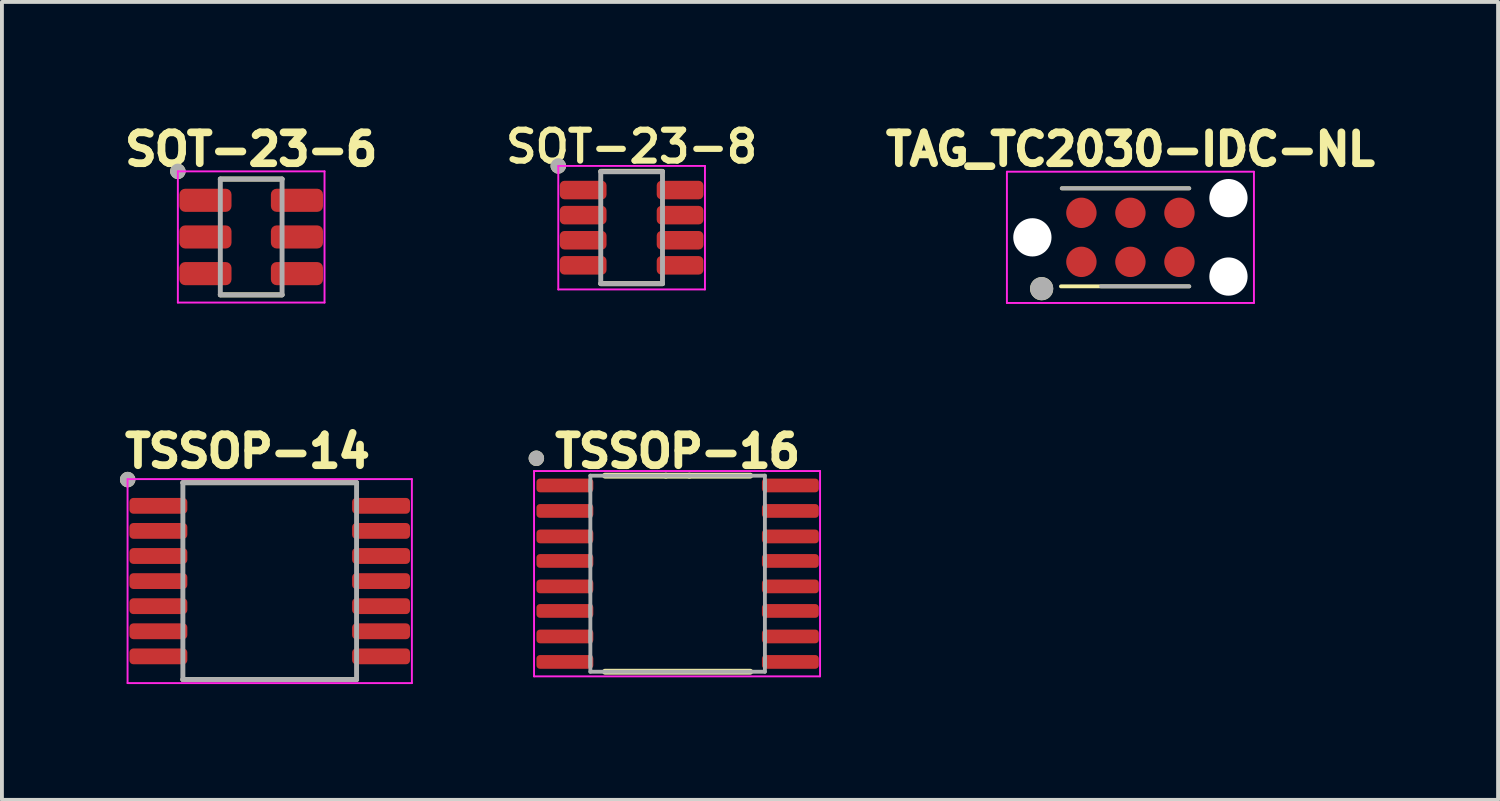
<source format=kicad_pcb>
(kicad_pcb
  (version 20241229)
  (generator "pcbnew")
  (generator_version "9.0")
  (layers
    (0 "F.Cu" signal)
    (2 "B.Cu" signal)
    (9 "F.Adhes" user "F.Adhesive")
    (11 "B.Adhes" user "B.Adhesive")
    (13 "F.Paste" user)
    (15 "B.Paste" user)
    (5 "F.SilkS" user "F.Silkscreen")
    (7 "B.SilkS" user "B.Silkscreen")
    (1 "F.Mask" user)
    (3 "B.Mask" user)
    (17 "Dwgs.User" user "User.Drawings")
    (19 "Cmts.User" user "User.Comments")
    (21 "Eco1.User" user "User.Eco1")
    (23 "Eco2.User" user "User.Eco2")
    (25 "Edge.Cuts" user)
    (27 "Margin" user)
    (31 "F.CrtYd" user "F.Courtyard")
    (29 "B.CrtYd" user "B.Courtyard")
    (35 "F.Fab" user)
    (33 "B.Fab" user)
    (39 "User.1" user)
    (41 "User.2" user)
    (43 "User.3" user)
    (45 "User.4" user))
  (footprint "TSSOP-16"
    (layer "F.Cu")
    (at 14.506 11.813)
    (property "Reference" "TSSOP-16" (at 0 -3.17 0) (layer "F.SilkS") (effects (font (size 0.8 0.8) (thickness 0.2) (bold yes))))
    (attr smd)
    (fp_line (start -1.88 2.54) (end 1.88 2.54) (stroke (width 0.152) (type solid)) (layer "F.SilkS"))
    (fp_line (start -0.305 -2.54) (end -1.88 -2.54) (stroke (width 0.152) (type solid)) (layer "F.SilkS"))
    (fp_line (start 0.305 -2.54) (end -0.305 -2.54) (stroke (width 0.152) (type solid)) (layer "F.SilkS"))
    (fp_line (start 1.88 -2.54) (end 0.305 -2.54) (stroke (width 0.152) (type solid)) (layer "F.SilkS"))
    (fp_circle (center -3.66 -2.99) (end -3.56 -2.99) (stroke (width 0.2) (type solid)) (fill no) (layer "F.SilkS"))
    (fp_line (start -3.72 -2.66) (end -3.72 2.66) (stroke (width 0.05) (type solid)) (layer "F.CrtYd"))
    (fp_line (start -3.72 -2.66) (end 3.69 -2.66) (stroke (width 0.05) (type solid)) (layer "F.CrtYd"))
    (fp_line (start 3.69 2.66) (end -3.72 2.66) (stroke (width 0.05) (type solid)) (layer "F.CrtYd"))
    (fp_line (start 3.69 2.66) (end 3.69 -2.66) (stroke (width 0.05) (type solid)) (layer "F.CrtYd"))
    (fp_line (start -2.261 -2.54) (end -2.261 2.54) (stroke (width 0.1) (type solid)) (layer "F.Fab"))
    (fp_line (start -2.261 -2.134) (end -2.261 -2.413) (stroke (width 0.1) (type solid)) (layer "F.Fab"))
    (fp_line (start -2.261 -1.473) (end -2.261 -1.778) (stroke (width 0.1) (type solid)) (layer "F.Fab"))
    (fp_line (start -2.261 -0.813) (end -2.261 -1.118) (stroke (width 0.1) (type solid)) (layer "F.Fab"))
    (fp_line (start -2.261 -0.178) (end -2.261 -0.483) (stroke (width 0.1) (type solid)) (layer "F.Fab"))
    (fp_line (start -2.261 0.483) (end -2.261 0.178) (stroke (width 0.1) (type solid)) (layer "F.Fab"))
    (fp_line (start -2.261 1.118) (end -2.261 0.813) (stroke (width 0.1) (type solid)) (layer "F.Fab"))
    (fp_line (start -2.261 1.778) (end -2.261 1.473) (stroke (width 0.1) (type solid)) (layer "F.Fab"))
    (fp_line (start -2.261 2.413) (end -2.261 2.134) (stroke (width 0.1) (type solid)) (layer "F.Fab"))
    (fp_line (start -2.261 2.54) (end 2.261 2.54) (stroke (width 0.1) (type solid)) (layer "F.Fab"))
    (fp_line (start -0.305 -2.54) (end -2.261 -2.54) (stroke (width 0.1) (type solid)) (layer "F.Fab"))
    (fp_line (start 0.305 -2.54) (end -0.305 -2.54) (stroke (width 0.1) (type solid)) (layer "F.Fab"))
    (fp_line (start 2.261 -2.54) (end 0.305 -2.54) (stroke (width 0.1) (type solid)) (layer "F.Fab"))
    (fp_line (start 2.261 -2.413) (end 2.261 -2.134) (stroke (width 0.1) (type solid)) (layer "F.Fab"))
    (fp_line (start 2.261 -1.778) (end 2.261 -1.473) (stroke (width 0.1) (type solid)) (layer "F.Fab"))
    (fp_line (start 2.261 -1.118) (end 2.261 -0.813) (stroke (width 0.1) (type solid)) (layer "F.Fab"))
    (fp_line (start 2.261 -0.483) (end 2.261 -0.178) (stroke (width 0.1) (type solid)) (layer "F.Fab"))
    (fp_line (start 2.261 0.178) (end 2.261 0.483) (stroke (width 0.1) (type solid)) (layer "F.Fab"))
    (fp_line (start 2.261 0.813) (end 2.261 1.118) (stroke (width 0.1) (type solid)) (layer "F.Fab"))
    (fp_line (start 2.261 1.473) (end 2.261 1.778) (stroke (width 0.1) (type solid)) (layer "F.Fab"))
    (fp_line (start 2.261 2.134) (end 2.261 2.413) (stroke (width 0.1) (type solid)) (layer "F.Fab"))
    (fp_line (start 2.261 2.54) (end 2.261 -2.54) (stroke (width 0.1) (type solid)) (layer "F.Fab"))
    (fp_circle (center -3.66 -2.99) (end -3.56 -2.99) (stroke (width 0.2) (type solid)) (fill no) (layer "F.Fab"))
    (pad "1" smd roundrect (at -2.921 -2.286) (size 1.473 0.356) (layers "F.Cu" "F.Mask" "F.Paste") (roundrect_rratio 0.25))
    (pad "2" smd roundrect (at -2.921 -1.626) (size 1.473 0.356) (layers "F.Cu" "F.Mask" "F.Paste") (roundrect_rratio 0.25))
    (pad "3" smd roundrect (at -2.921 -0.965) (size 1.473 0.356) (layers "F.Cu" "F.Mask" "F.Paste") (roundrect_rratio 0.25))
    (pad "4" smd roundrect (at -2.921 -0.33) (size 1.473 0.356) (layers "F.Cu" "F.Mask" "F.Paste") (roundrect_rratio 0.25))
    (pad "5" smd roundrect (at -2.921 0.33) (size 1.473 0.356) (layers "F.Cu" "F.Mask" "F.Paste") (roundrect_rratio 0.25))
    (pad "6" smd roundrect (at -2.921 0.965) (size 1.473 0.356) (layers "F.Cu" "F.Mask" "F.Paste") (roundrect_rratio 0.25))
    (pad "7" smd roundrect (at -2.921 1.626) (size 1.473 0.356) (layers "F.Cu" "F.Mask" "F.Paste") (roundrect_rratio 0.25))
    (pad "8" smd roundrect (at -2.921 2.286) (size 1.473 0.356) (layers "F.Cu" "F.Mask" "F.Paste") (roundrect_rratio 0.25))
    (pad "9" smd roundrect (at 2.921 2.286) (size 1.473 0.356) (layers "F.Cu" "F.Mask" "F.Paste") (roundrect_rratio 0.25))
    (pad "10" smd roundrect (at 2.921 1.626) (size 1.473 0.356) (layers "F.Cu" "F.Mask" "F.Paste") (roundrect_rratio 0.25))
    (pad "11" smd roundrect (at 2.921 0.965) (size 1.473 0.356) (layers "F.Cu" "F.Mask" "F.Paste") (roundrect_rratio 0.25))
    (pad "12" smd roundrect (at 2.921 0.33) (size 1.473 0.356) (layers "F.Cu" "F.Mask" "F.Paste") (roundrect_rratio 0.25))
    (pad "13" smd roundrect (at 2.921 -0.33) (size 1.473 0.356) (layers "F.Cu" "F.Mask" "F.Paste") (roundrect_rratio 0.25))
    (pad "14" smd roundrect (at 2.921 -0.965) (size 1.473 0.356) (layers "F.Cu" "F.Mask" "F.Paste") (roundrect_rratio 0.25))
    (pad "15" smd roundrect (at 2.921 -1.626) (size 1.473 0.356) (layers "F.Cu" "F.Mask" "F.Paste") (roundrect_rratio 0.25))
    (pad "16" smd roundrect (at 2.921 -2.286) (size 1.473 0.356) (layers "F.Cu" "F.Mask" "F.Paste") (roundrect_rratio 0.25)))
  (footprint "TSSOP-14"
    (layer "F.Cu")
    (at 3.938 12.005)
    (property "Reference" "TSSOP-14" (at -0.575 -3.362 0) (layer "F.SilkS") (effects (font (size 0.8 0.8) (thickness 0.2) (bold yes))))
    (attr smd)
    (fp_line (start -2.25 -2.55) (end 2.25 -2.55) (stroke (width 0.127) (type solid)) (layer "F.SilkS"))
    (fp_line (start -2.25 2.55) (end 2.25 2.55) (stroke (width 0.127) (type solid)) (layer "F.SilkS"))
    (fp_circle (center -3.68 -2.63) (end -3.58 -2.63) (stroke (width 0.2) (type solid)) (fill no) (layer "F.SilkS"))
    (fp_line (start -3.683 -2.642) (end -3.683 2.642) (stroke (width 0.05) (type solid)) (layer "F.CrtYd"))
    (fp_line (start -3.683 -2.642) (end 3.683 -2.642) (stroke (width 0.05) (type solid)) (layer "F.CrtYd"))
    (fp_line (start -3.683 2.642) (end 3.683 2.642) (stroke (width 0.05) (type solid)) (layer "F.CrtYd"))
    (fp_line (start 3.683 -2.642) (end 3.683 2.642) (stroke (width 0.05) (type solid)) (layer "F.CrtYd"))
    (fp_line (start -2.25 -2.55) (end -2.25 2.55) (stroke (width 0.127) (type solid)) (layer "F.Fab"))
    (fp_line (start -2.25 -2.55) (end 2.25 -2.55) (stroke (width 0.127) (type solid)) (layer "F.Fab"))
    (fp_line (start -2.25 2.55) (end 2.25 2.55) (stroke (width 0.127) (type solid)) (layer "F.Fab"))
    (fp_line (start 2.25 -2.55) (end 2.25 2.55) (stroke (width 0.127) (type solid)) (layer "F.Fab"))
    (fp_circle (center -3.68 -2.63) (end -3.58 -2.63) (stroke (width 0.2) (type solid)) (fill no) (layer "F.Fab"))
    (pad "1" smd roundrect (at -2.885 -1.95) (size 1.5 0.41) (layers "F.Cu" "F.Mask" "F.Paste") (roundrect_rratio 0.25))
    (pad "2" smd roundrect (at -2.885 -1.3) (size 1.5 0.41) (layers "F.Cu" "F.Mask" "F.Paste") (roundrect_rratio 0.25))
    (pad "3" smd roundrect (at -2.885 -0.65) (size 1.5 0.41) (layers "F.Cu" "F.Mask" "F.Paste") (roundrect_rratio 0.25))
    (pad "4" smd roundrect (at -2.885 0) (size 1.5 0.41) (layers "F.Cu" "F.Mask" "F.Paste") (roundrect_rratio 0.25))
    (pad "5" smd roundrect (at -2.885 0.65) (size 1.5 0.41) (layers "F.Cu" "F.Mask" "F.Paste") (roundrect_rratio 0.25))
    (pad "6" smd roundrect (at -2.885 1.3) (size 1.5 0.41) (layers "F.Cu" "F.Mask" "F.Paste") (roundrect_rratio 0.25))
    (pad "7" smd roundrect (at -2.885 1.95) (size 1.5 0.41) (layers "F.Cu" "F.Mask" "F.Paste") (roundrect_rratio 0.25))
    (pad "8" smd roundrect (at 2.885 1.95) (size 1.5 0.41) (layers "F.Cu" "F.Mask" "F.Paste") (roundrect_rratio 0.25))
    (pad "9" smd roundrect (at 2.885 1.3) (size 1.5 0.41) (layers "F.Cu" "F.Mask" "F.Paste") (roundrect_rratio 0.25))
    (pad "10" smd roundrect (at 2.885 0.65) (size 1.5 0.41) (layers "F.Cu" "F.Mask" "F.Paste") (roundrect_rratio 0.25))
    (pad "11" smd roundrect (at 2.885 0) (size 1.5 0.41) (layers "F.Cu" "F.Mask" "F.Paste") (roundrect_rratio 0.25))
    (pad "12" smd roundrect (at 2.885 -0.65) (size 1.5 0.41) (layers "F.Cu" "F.Mask" "F.Paste") (roundrect_rratio 0.25))
    (pad "13" smd roundrect (at 2.885 -1.3) (size 1.5 0.41) (layers "F.Cu" "F.Mask" "F.Paste") (roundrect_rratio 0.25))
    (pad "14" smd roundrect (at 2.885 -1.95) (size 1.5 0.41) (layers "F.Cu" "F.Mask" "F.Paste") (roundrect_rratio 0.25)))
  (footprint "TAG_TC2030-IDC-NL"
    (layer "F.Cu")
    (at 26.237 3.099)
    (property "Reference" "TAG_TC2030-IDC-NL" (at 0 -2.28 0) (layer "F.SilkS") (effects (font (size 0.8 0.8) (thickness 0.2) (bold yes))))
    (attr smd)
    (fp_line (start -1.8 1.27) (end 1.524 1.27) (stroke (width 0.1) (type solid)) (layer "F.SilkS"))
    (fp_line (start -1.778 -1.27) (end 1.524 -1.27) (stroke (width 0.1) (type solid)) (layer "F.SilkS"))
    (fp_circle (center -2.3 1.33) (end -2.15 1.33) (stroke (width 0.3) (type solid)) (fill no) (layer "F.SilkS"))
    (fp_line (start -3.2 -1.7) (end 3.2 -1.7) (stroke (width 0.05) (type solid)) (layer "F.CrtYd"))
    (fp_line (start -3.2 1.7) (end -3.2 -1.7) (stroke (width 0.05) (type solid)) (layer "F.CrtYd"))
    (fp_line (start 3.2 -1.7) (end 3.2 1.7) (stroke (width 0.05) (type solid)) (layer "F.CrtYd"))
    (fp_line (start 3.2 1.7) (end -3.2 1.7) (stroke (width 0.05) (type solid)) (layer "F.CrtYd"))
    (fp_line (start -1.778 -1.27) (end 1.524 -1.27) (stroke (width 0.1) (type solid)) (layer "F.Fab"))
    (fp_line (start -0.762 1.27) (end 1.524 1.27) (stroke (width 0.1) (type solid)) (layer "F.Fab"))
    (fp_circle (center -2.3 1.33) (end -2.15 1.33) (stroke (width 0.3) (type solid)) (fill no) (layer "F.Fab"))
    (pad "" np_thru_hole circle (at -2.54 0) (size 0.991 0.991) (drill 0.991) (layers "*.Cu" "*.Mask"))
    (pad "" np_thru_hole circle (at 2.54 -1.016) (size 0.991 0.991) (drill 0.991) (layers "*.Cu" "*.Mask"))
    (pad "" np_thru_hole circle (at 2.54 1.016) (size 0.991 0.991) (drill 0.991) (layers "*.Cu" "*.Mask"))
    (pad "1" smd circle (at -1.27 0.635) (size 0.787 0.787) (layers "F.Cu" "F.Mask"))
    (pad "2" smd circle (at -1.27 -0.635) (size 0.787 0.787) (layers "F.Cu" "F.Mask"))
    (pad "3" smd circle (at 0 0.635) (size 0.787 0.787) (layers "F.Cu" "F.Mask"))
    (pad "4" smd circle (at 0 -0.635) (size 0.787 0.787) (layers "F.Cu" "F.Mask"))
    (pad "5" smd circle (at 1.27 0.635) (size 0.787 0.787) (layers "F.Cu" "F.Mask"))
    (pad "6" smd circle (at 1.27 -0.635) (size 0.787 0.787) (layers "F.Cu" "F.Mask")))
  (footprint "SOT-23-6"
    (layer "F.Cu")
    (at 3.458 3.089)
    (property "Reference" "SOT-23-6" (at 0 -2.27 0) (layer "F.SilkS") (effects (font (size 0.8 0.8) (thickness 0.2) (bold yes))))
    (attr smd)
    (fp_line (start -0.8 -1.5) (end 0.8 -1.5) (stroke (width 0.127) (type solid)) (layer "F.SilkS"))
    (fp_line (start -0.8 1.5) (end 0.8 1.5) (stroke (width 0.127) (type solid)) (layer "F.SilkS"))
    (fp_circle (center -1.9 -1.7) (end -1.8 -1.7) (stroke (width 0.2) (type solid)) (fill no) (layer "F.SilkS"))
    (fp_line (start -1.9 -1.7) (end 1.9 -1.7) (stroke (width 0.05) (type solid)) (layer "F.CrtYd"))
    (fp_line (start -1.9 1.7) (end -1.9 -1.7) (stroke (width 0.05) (type solid)) (layer "F.CrtYd"))
    (fp_line (start 1.9 -1.7) (end 1.9 1.7) (stroke (width 0.05) (type solid)) (layer "F.CrtYd"))
    (fp_line (start 1.9 1.7) (end -1.9 1.7) (stroke (width 0.05) (type solid)) (layer "F.CrtYd"))
    (fp_line (start -0.8 -1.5) (end -0.8 1.5) (stroke (width 0.127) (type solid)) (layer "F.Fab"))
    (fp_line (start -0.8 1.5) (end 0.8 1.5) (stroke (width 0.127) (type solid)) (layer "F.Fab"))
    (fp_line (start 0.8 -1.5) (end -0.8 -1.5) (stroke (width 0.127) (type solid)) (layer "F.Fab"))
    (fp_line (start 0.8 1.5) (end 0.8 -1.5) (stroke (width 0.127) (type solid)) (layer "F.Fab"))
    (fp_circle (center -1.9 -1.7) (end -1.8 -1.7) (stroke (width 0.2) (type solid)) (fill no) (layer "F.Fab"))
    (pad "1" smd roundrect (at -1.185 -0.95) (size 1.35 0.6) (layers "F.Cu" "F.Mask" "F.Paste") (roundrect_rratio 0.25))
    (pad "2" smd roundrect (at -1.185 0) (size 1.35 0.6) (layers "F.Cu" "F.Mask" "F.Paste") (roundrect_rratio 0.25))
    (pad "3" smd roundrect (at -1.185 0.95) (size 1.35 0.6) (layers "F.Cu" "F.Mask" "F.Paste") (roundrect_rratio 0.25))
    (pad "4" smd roundrect (at 1.185 0.95) (size 1.35 0.6) (layers "F.Cu" "F.Mask" "F.Paste") (roundrect_rratio 0.25))
    (pad "5" smd roundrect (at 1.185 0) (size 1.35 0.6) (layers "F.Cu" "F.Mask" "F.Paste") (roundrect_rratio 0.25))
    (pad "6" smd roundrect (at 1.185 -0.95) (size 1.35 0.6) (layers "F.Cu" "F.Mask" "F.Paste") (roundrect_rratio 0.25)))
  (footprint "SOT-23-8"
    (layer "F.Cu")
    (at 13.314 2.849)
    (property "Reference" "SOT-23-8" (at 0 -2.1 0) (layer "F.SilkS") (effects (font (size 0.8 0.8) (thickness 0.16) (bold yes))))
    (attr smd)
    (fp_line (start -0.8 -1.46) (end 0.8 -1.46) (stroke (width 0.127) (type solid)) (layer "F.SilkS"))
    (fp_line (start -0.8 1.45) (end 0.8 1.45) (stroke (width 0.127) (type solid)) (layer "F.SilkS"))
    (fp_circle (center -1.9 -1.6) (end -1.8 -1.6) (stroke (width 0.2) (type solid)) (fill no) (layer "F.SilkS"))
    (fp_line (start -1.9 -1.6) (end -1.9 1.6) (stroke (width 0.05) (type solid)) (layer "F.CrtYd"))
    (fp_line (start -1.9 -1.6) (end 1.9 -1.6) (stroke (width 0.05) (type solid)) (layer "F.CrtYd"))
    (fp_line (start -1.9 1.6) (end 1.9 1.6) (stroke (width 0.05) (type solid)) (layer "F.CrtYd"))
    (fp_line (start 1.9 -1.6) (end 1.9 1.6) (stroke (width 0.05) (type solid)) (layer "F.CrtYd"))
    (fp_line (start -0.8 -1.45) (end -0.8 1.45) (stroke (width 0.127) (type solid)) (layer "F.Fab"))
    (fp_line (start -0.8 -1.45) (end 0.8 -1.45) (stroke (width 0.127) (type solid)) (layer "F.Fab"))
    (fp_line (start -0.8 1.45) (end 0.8 1.45) (stroke (width 0.127) (type solid)) (layer "F.Fab"))
    (fp_line (start 0.8 -1.45) (end 0.8 1.45) (stroke (width 0.127) (type solid)) (layer "F.Fab"))
    (fp_circle (center -1.9 -1.6) (end -1.8 -1.6) (stroke (width 0.2) (type solid)) (fill no) (layer "F.Fab"))
    (pad "1" smd roundrect (at -1.255 -0.975) (size 1.21 0.48) (layers "F.Cu" "F.Mask" "F.Paste") (roundrect_rratio 0.25))
    (pad "2" smd roundrect (at -1.255 -0.325) (size 1.21 0.48) (layers "F.Cu" "F.Mask" "F.Paste") (roundrect_rratio 0.25))
    (pad "3" smd roundrect (at -1.255 0.325) (size 1.21 0.48) (layers "F.Cu" "F.Mask" "F.Paste") (roundrect_rratio 0.25))
    (pad "4" smd roundrect (at -1.255 0.975) (size 1.21 0.48) (layers "F.Cu" "F.Mask" "F.Paste") (roundrect_rratio 0.25))
    (pad "5" smd roundrect (at 1.255 0.975) (size 1.21 0.48) (layers "F.Cu" "F.Mask" "F.Paste") (roundrect_rratio 0.25))
    (pad "6" smd roundrect (at 1.255 0.325) (size 1.21 0.48) (layers "F.Cu" "F.Mask" "F.Paste") (roundrect_rratio 0.25))
    (pad "7" smd roundrect (at 1.255 -0.325) (size 1.21 0.48) (layers "F.Cu" "F.Mask" "F.Paste") (roundrect_rratio 0.25))
    (pad "8" smd roundrect (at 1.255 -0.975) (size 1.21 0.48) (layers "F.Cu" "F.Mask" "F.Paste") (roundrect_rratio 0.25)))
  (gr_rect
    (start -3 -3)
    (end 35.762 17.672)
    (stroke (width 0.1) (type default))
    (fill no)
    (layer "Edge.Cuts")))
</source>
